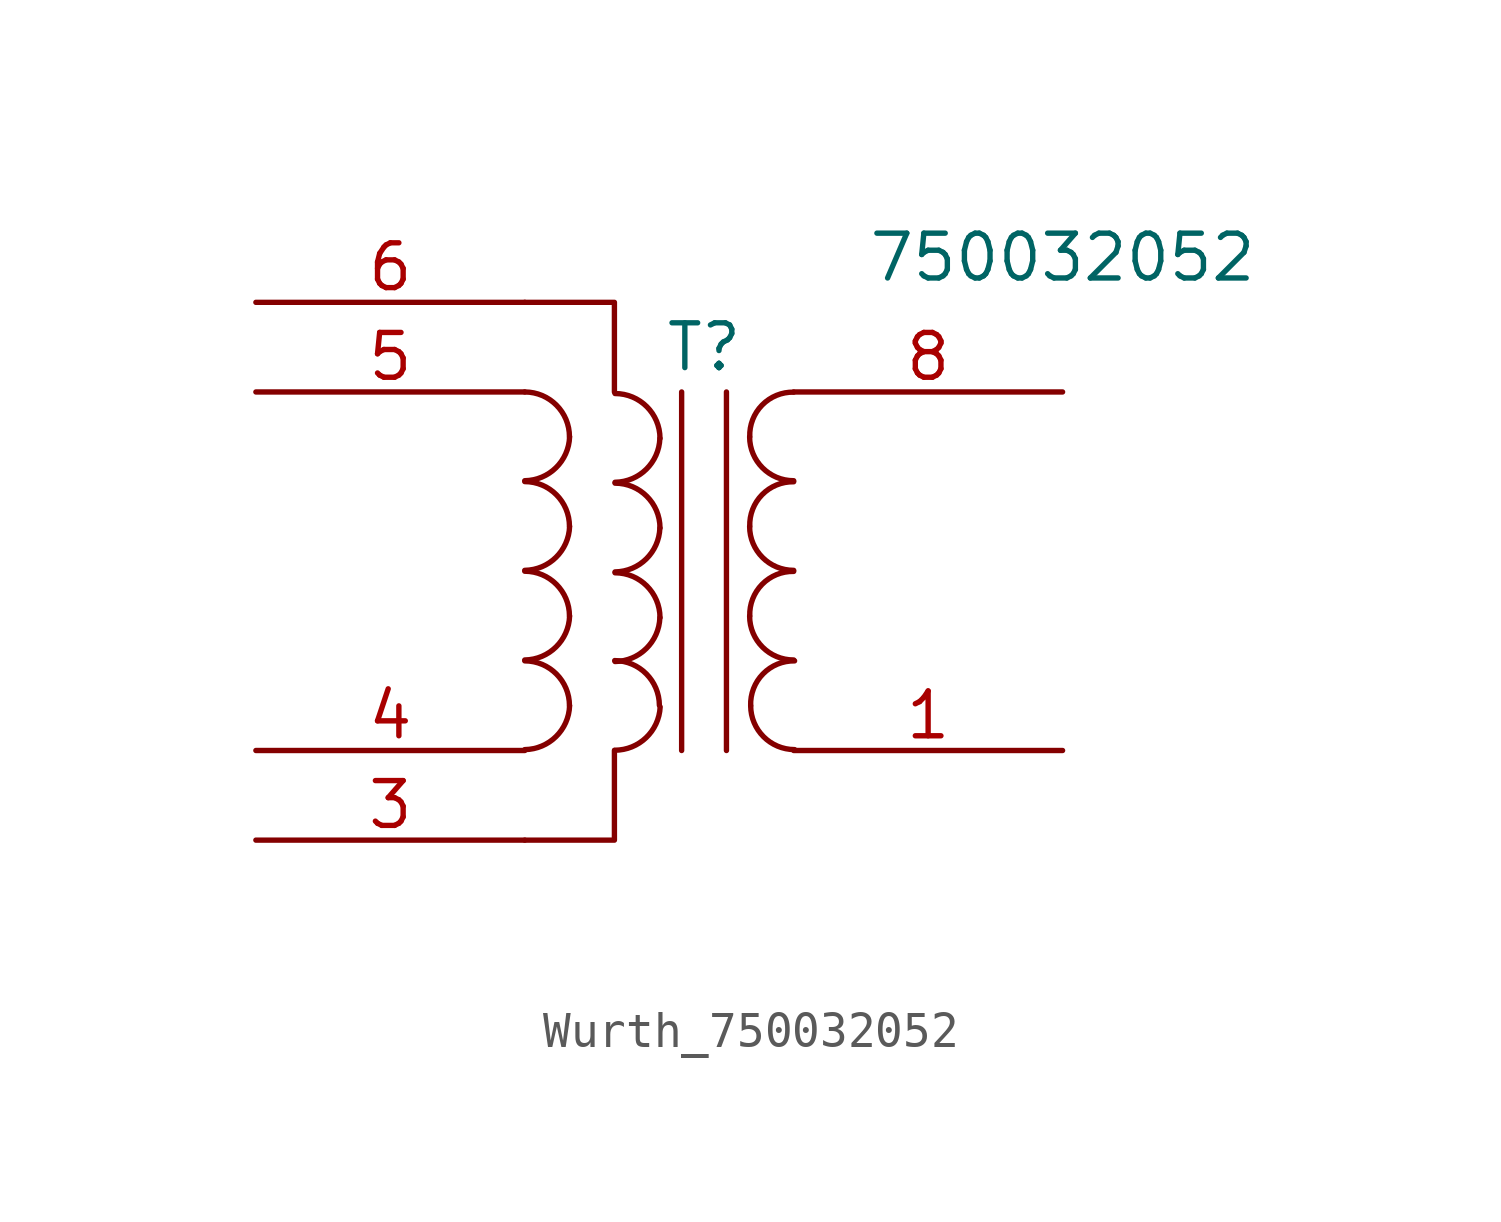
<source format=kicad_sym>
(kicad_symbol_lib
  (version 20231120)
  (generator "kicad_symbol_editor")
  (generator_version "8.0")
  (symbol "Wurth_750032052"
    (pin_names
      (offset 1.016) hide)
    (property "Reference" "T"
      (at 0 6.35 0)
      (effects (font (size 1.27 1.27))))
    (property "Value" "750032052"
      (at 10.16 8.89 0)
      (effects (font (size 1.27 1.27))))
    (symbol "Wurth_750032052_0_1"
      (arc (start -5.08 -5.0546) (mid -4.1961 -4.6863) (end -3.81 -3.81) (stroke (width 0) (type default)) (fill (type none)))
      (arc (start -5.08 -2.5146) (mid -4.1961 -2.1463) (end -3.81 -1.27) (stroke (width 0) (type default)) (fill (type none)))
      (arc (start -5.08 0.0254) (mid -4.1961 0.3937) (end -3.81 1.27) (stroke (width 0) (type default)) (fill (type none)))
      (arc (start -5.08 2.5654) (mid -4.1961 2.9337) (end -3.81 3.81) (stroke (width 0) (type default)) (fill (type none)))
      (arc (start -3.81 -3.81) (mid -4.182 -2.912) (end -5.08 -2.54) (stroke (width 0) (type default)) (fill (type none)))
      (arc (start -3.81 -1.27) (mid -4.182 -0.372) (end -5.08 0) (stroke (width 0) (type default)) (fill (type none)))
      (arc (start -3.81 1.27) (mid -4.182 2.168) (end -5.08 2.54) (stroke (width 0) (type default)) (fill (type none)))
      (arc (start -3.81 3.81) (mid -4.182 4.708) (end -5.08 5.08) (stroke (width 0) (type default)) (fill (type none)))
      (arc (start -2.5316 -5.0716) (mid -1.6425 -4.7162) (end -1.2433 -3.8459) (stroke (width 0) (type default)) (fill (type none)))
      (arc (start -2.5217 -2.5589) (mid -1.6378 -2.1906) (end -1.2517 -1.3143) (stroke (width 0) (type default)) (fill (type none)))
      (arc (start -2.5217 -0.0189) (mid -1.6378 0.3494) (end -1.2517 1.2257) (stroke (width 0) (type default)) (fill (type none)))
      (arc (start -2.5217 2.5211) (mid -1.6378 2.8894) (end -1.2517 3.7657) (stroke (width 0) (type default)) (fill (type none)))
      (arc (start -1.2616 -3.8016) (mid -1.636 -2.906) (end -2.5316 -2.5316) (stroke (width 0) (type default)) (fill (type none)))
      (arc (start -1.2517 -1.3143) (mid -1.6237 -0.4163) (end -2.5217 -0.0443) (stroke (width 0) (type default)) (fill (type none)))
      (arc (start -1.2517 1.2257) (mid -1.6237 2.1237) (end -2.5217 2.4957) (stroke (width 0) (type default)) (fill (type none)))
      (arc (start -1.2517 3.7657) (mid -1.6237 4.6637) (end -2.5217 5.0357) (stroke (width 0) (type default)) (fill (type none)))
      (polyline (pts (xy -0.635 5.08) (xy -0.635 -5.08)) (stroke (width 0) (type default)) (fill (type none)))
      (polyline (pts (xy 0.635 -5.08) (xy 0.635 5.08)) (stroke (width 0) (type default)) (fill (type none)))
      (polyline (pts (xy -5.08 -7.62) (xy -2.54 -7.62) (xy -2.54 -5.08)) (stroke (width 0) (type default)) (fill (type none)))
      (polyline (pts (xy -5.08 7.62) (xy -2.54 7.62) (xy -2.54 5.08)) (stroke (width 0) (type default)) (fill (type none)))
      (arc (start 1.2954 -1.27) (mid 1.6599 -2.1501) (end 2.54 -2.5146) (stroke (width 0) (type default)) (fill (type none)))
      (arc (start 1.2954 1.27) (mid 1.6599 0.3899) (end 2.54 0.0254) (stroke (width 0) (type default)) (fill (type none)))
      (arc (start 1.2954 3.81) (mid 1.6599 2.9299) (end 2.54 2.5654) (stroke (width 0) (type default)) (fill (type none)))
      (arc (start 1.3208 -3.81) (mid 1.6853 -4.6901) (end 2.5654 -5.0546) (stroke (width 0) (type default)) (fill (type none)))
      (arc (start 2.54 0) (mid 1.642 -0.372) (end 1.2954 -1.27) (stroke (width 0) (type default)) (fill (type none)))
      (arc (start 2.54 2.54) (mid 1.642 2.168) (end 1.2954 1.27) (stroke (width 0) (type default)) (fill (type none)))
      (arc (start 2.54 5.08) (mid 1.642 4.708) (end 1.2954 3.81) (stroke (width 0) (type default)) (fill (type none)))
      (arc (start 2.5654 -2.54) (mid 1.6674 -2.912) (end 1.3208 -3.81) (stroke (width 0) (type default)) (fill (type none))))
    (symbol "Wurth_750032052_1_1"
      (pin passive line (at 10.16 -5.08 180) (length 7.62) (name "VoutCOM" (effects (font (size 1.27 1.27)))) (number "1" (effects (font (size 1.27 1.27)))))
      (pin no_connect line (at -12.7 -10.16 0) (length 7.62) hide (name "VinCOM1" (effects (font (size 1.27 1.27)))) (number "2" (effects (font (size 1.27 1.27)))))
      (pin passive line (at -12.7 -7.62 0) (length 7.62) (name "VinCOM2" (effects (font (size 1.27 1.27)))) (number "3" (effects (font (size 1.27 1.27)))))
      (pin passive line (at -12.7 -5.08 0) (length 7.62) (name "VinCOM3" (effects (font (size 1.27 1.27)))) (number "4" (effects (font (size 1.27 1.27)))))
      (pin passive line (at -12.7 5.08 0) (length 7.62) (name "Vin1" (effects (font (size 1.27 1.27)))) (number "5" (effects (font (size 1.27 1.27)))))
      (pin passive line (at -12.7 7.62 0) (length 7.62) (name "Vin2" (effects (font (size 1.27 1.27)))) (number "6" (effects (font (size 1.27 1.27)))))
      (pin no_connect line (at -12.7 10.16 0) (length 7.62) hide (name "Vin3" (effects (font (size 1.27 1.27)))) (number "7" (effects (font (size 1.27 1.27)))))
      (pin passive line (at 10.16 5.08 180) (length 7.62) (name "Vout" (effects (font (size 1.27 1.27)))) (number "8" (effects (font (size 1.27 1.27))))))))
</source>
